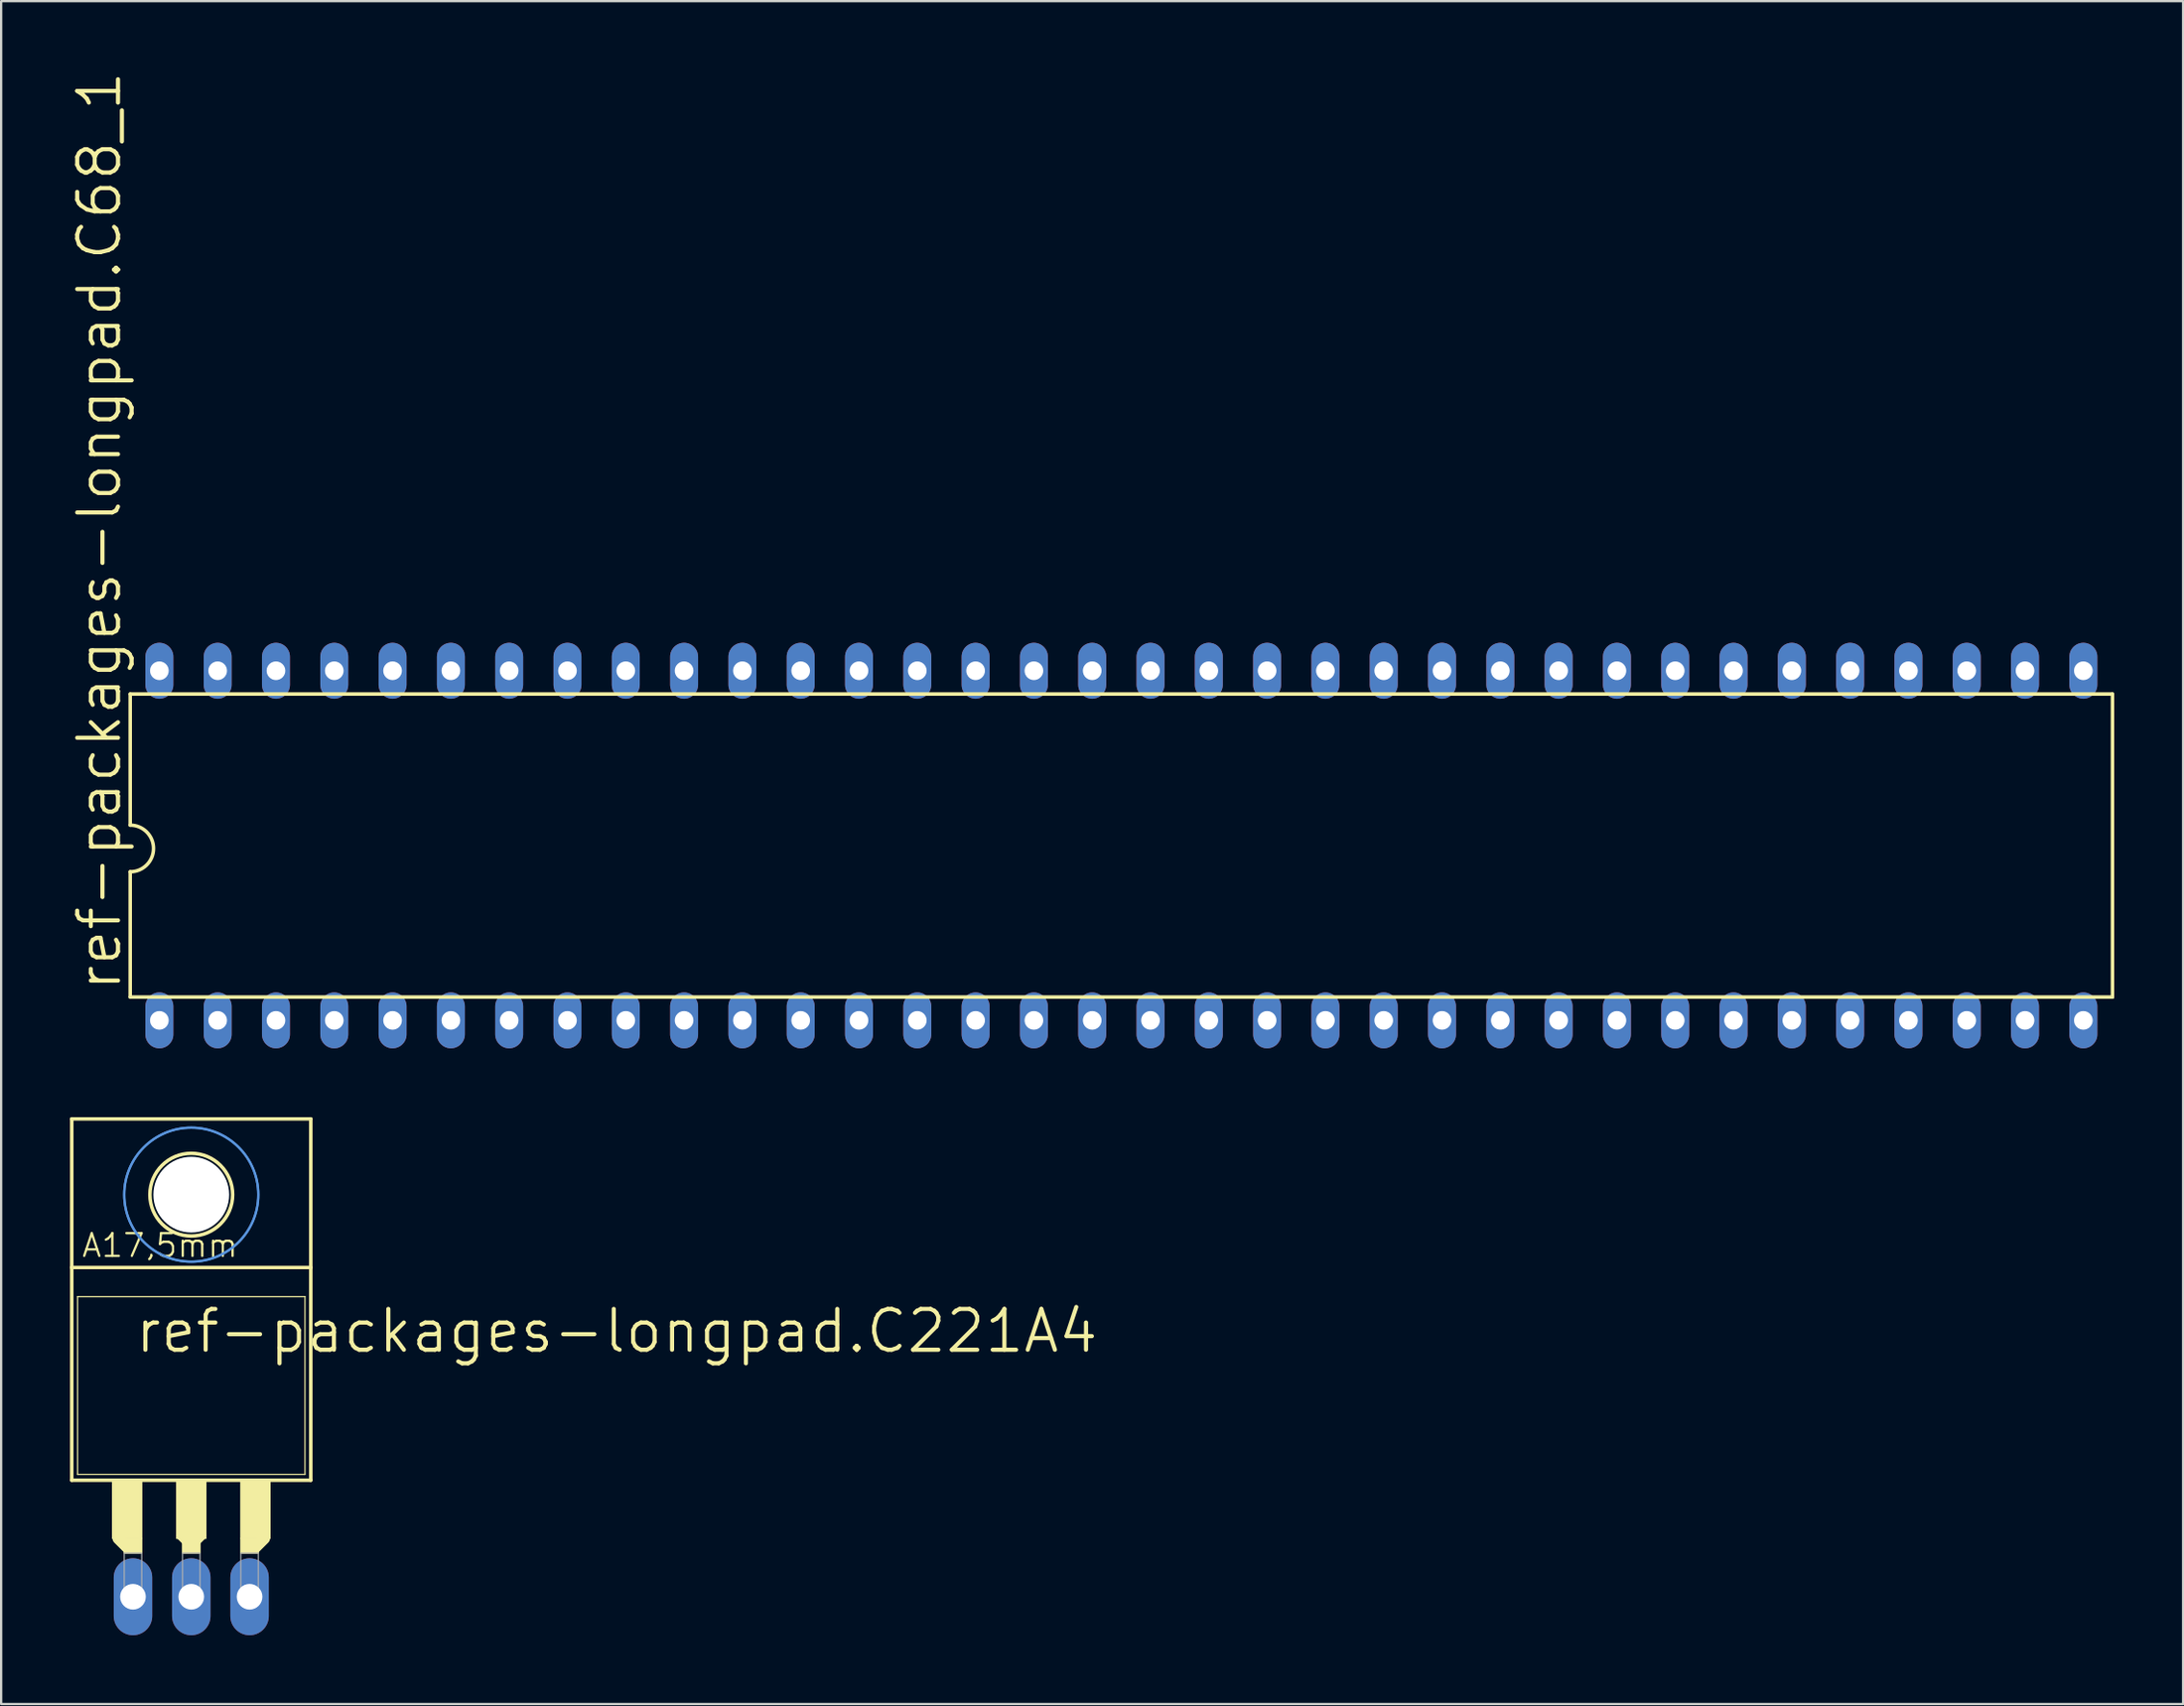
<source format=kicad_pcb>
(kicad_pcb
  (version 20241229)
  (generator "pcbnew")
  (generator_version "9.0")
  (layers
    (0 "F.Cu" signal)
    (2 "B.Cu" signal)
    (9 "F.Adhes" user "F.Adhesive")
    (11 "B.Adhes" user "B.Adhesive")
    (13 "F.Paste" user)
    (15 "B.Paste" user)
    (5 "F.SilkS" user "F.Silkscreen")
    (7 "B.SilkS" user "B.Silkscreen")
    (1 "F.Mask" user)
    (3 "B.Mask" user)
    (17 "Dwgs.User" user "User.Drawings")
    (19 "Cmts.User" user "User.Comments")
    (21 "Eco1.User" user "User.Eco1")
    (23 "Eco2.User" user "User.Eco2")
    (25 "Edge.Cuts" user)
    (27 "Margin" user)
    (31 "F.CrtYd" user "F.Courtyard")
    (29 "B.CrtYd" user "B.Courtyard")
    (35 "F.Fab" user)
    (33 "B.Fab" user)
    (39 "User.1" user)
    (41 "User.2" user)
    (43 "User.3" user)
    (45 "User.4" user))
  (footprint "ref-packages-longpad.C221A4"
    (layer "F.Cu")
    (at 5.283 60.199)
    (property "Reference" "ref-packages-longpad.C221A4" (at -2.54 -4.191 0) (layer "F.SilkS") (effects (font (size 1.778 1.778) (thickness 0.18)) (justify left bottom)))
    (attr through_hole)
    (fp_line (start -5.207 -8.001) (end -5.207 -14.478) (stroke (width 0.152) (type default)) (layer "F.SilkS"))
    (fp_line (start -5.207 1.27) (end -5.207 -8.001) (stroke (width 0.152) (type default)) (layer "F.SilkS"))
    (fp_line (start -5.207 1.27) (end 5.207 1.27) (stroke (width 0.152) (type default)) (layer "F.SilkS"))
    (fp_line (start -4.953 -6.731) (end -4.953 1.016) (stroke (width 0.051) (type default)) (layer "F.SilkS"))
    (fp_line (start -2.794 4.191) (end -3.175 3.81) (stroke (width 0.508) (type default)) (layer "F.SilkS"))
    (fp_line (start 0 4.064) (end -0.381 3.683) (stroke (width 0.508) (type default)) (layer "F.SilkS"))
    (fp_line (start 0.381 3.683) (end 0 4.064) (stroke (width 0.508) (type default)) (layer "F.SilkS"))
    (fp_line (start 3.175 3.81) (end 2.794 4.191) (stroke (width 0.508) (type default)) (layer "F.SilkS"))
    (fp_line (start 4.953 -6.731) (end -4.953 -6.731) (stroke (width 0.051) (type default)) (layer "F.SilkS"))
    (fp_line (start 4.953 -6.731) (end 4.953 1.016) (stroke (width 0.051) (type default)) (layer "F.SilkS"))
    (fp_line (start 4.953 1.016) (end -4.953 1.016) (stroke (width 0.051) (type default)) (layer "F.SilkS"))
    (fp_line (start 5.207 -14.478) (end -5.207 -14.478) (stroke (width 0.152) (type default)) (layer "F.SilkS"))
    (fp_line (start 5.207 -8.001) (end -5.207 -8.001) (stroke (width 0.152) (type default)) (layer "F.SilkS"))
    (fp_line (start 5.207 -8.001) (end 5.207 -14.478) (stroke (width 0.152) (type default)) (layer "F.SilkS"))
    (fp_line (start 5.207 1.27) (end 5.207 -8.001) (stroke (width 0.152) (type default)) (layer "F.SilkS"))
    (fp_rect (start -3.429 3.81) (end -2.159 1.27) (stroke (width 0.05) (type default)) (fill yes) (layer "F.SilkS"))
    (fp_rect (start -2.921 4.445) (end -2.159 3.81) (stroke (width 0.05) (type default)) (fill yes) (layer "F.SilkS"))
    (fp_rect (start -0.635 3.81) (end 0.635 1.27) (stroke (width 0.05) (type default)) (fill yes) (layer "F.SilkS"))
    (fp_rect (start -0.381 4.445) (end 0.381 3.81) (stroke (width 0.05) (type default)) (fill yes) (layer "F.SilkS"))
    (fp_rect (start 2.159 3.81) (end 3.429 1.27) (stroke (width 0.05) (type default)) (fill yes) (layer "F.SilkS"))
    (fp_rect (start 2.159 4.445) (end 2.921 3.81) (stroke (width 0.05) (type default)) (fill yes) (layer "F.SilkS"))
    (fp_circle (center 0 -11.176) (end 1.803 -11.176) (stroke (width 0.152) (type default)) (fill no) (layer "F.SilkS"))
    (fp_circle (center 0 -11.176) (end 2.921 -11.176) (stroke (width 0.1) (type default)) (fill no) (layer "Cmts.User"))
    (fp_circle (center 0 -11.176) (end 2.921 -11.176) (stroke (width 0.1) (type default)) (fill no) (layer "Cmts.User"))
    (fp_rect (start -2.921 6.35) (end -2.159 4.445) (stroke (width 0.05) (type default)) (fill no) (layer "F.Fab"))
    (fp_rect (start -0.381 6.35) (end 0.381 4.445) (stroke (width 0.05) (type default)) (fill no) (layer "F.Fab"))
    (fp_rect (start 2.159 6.35) (end 2.921 4.445) (stroke (width 0.05) (type default)) (fill no) (layer "F.Fab"))
    (fp_text user "A17,5mm" (at -4.826 -8.382 0) (layer "F.SilkS") (effects (font (size 0.991 0.991) (thickness 0.1)) (justify left bottom)))
    (pad "" np_thru_hole circle (at 0 -11.176) (size 3.302 3.302) (drill 3.302) (layers "*.Cu" "*.Mask"))
    (pad "A1" thru_hole oval (at -2.54 6.35 90) (size 3.353 1.676) (drill 1.118) (layers "*.Cu" "*.Mask"))
    (pad "A2" thru_hole oval (at 2.54 6.35 90) (size 3.353 1.676) (drill 1.118) (layers "*.Cu" "*.Mask"))
    (pad "C" thru_hole oval (at 0 6.35 90) (size 3.353 1.676) (drill 1.118) (layers "*.Cu" "*.Mask")))
  (footprint "ref-packages-longpad.C68_1"
    (layer "F.Cu")
    (at 45.803 33.806)
    (property "Reference" "ref-packages-longpad.C68_1" (at -43.485 6.426 90) (layer "F.SilkS") (effects (font (size 1.778 1.778) (thickness 0.18)) (justify left bottom)))
    (attr through_hole)
    (fp_line (start -43.18 -6.604) (end -43.18 -0.889) (stroke (width 0.152) (type default)) (layer "F.SilkS"))
    (fp_line (start -43.18 6.604) (end -43.18 1.143) (stroke (width 0.152) (type default)) (layer "F.SilkS"))
    (fp_line (start -43.18 6.604) (end 43.18 6.604) (stroke (width 0.152) (type default)) (layer "F.SilkS"))
    (fp_line (start 43.18 -6.604) (end -43.18 -6.604) (stroke (width 0.152) (type default)) (layer "F.SilkS"))
    (fp_line (start 43.18 -6.604) (end 43.18 6.604) (stroke (width 0.152) (type default)) (layer "F.SilkS"))
    (fp_arc (start -43.18 -0.889) (mid -42.164 0.127) (end -43.18 1.143) (stroke (width 0.1524) (type default)) (layer "F.SilkS"))
    (pad "1" thru_hole oval (at -41.91 7.62 90) (size 2.438 1.219) (drill 0.813) (layers "*.Cu" "*.Mask"))
    (pad "2" thru_hole oval (at -39.37 7.62 90) (size 2.438 1.219) (drill 0.813) (layers "*.Cu" "*.Mask"))
    (pad "3" thru_hole oval (at -36.83 7.62 90) (size 2.438 1.219) (drill 0.813) (layers "*.Cu" "*.Mask"))
    (pad "4" thru_hole oval (at -34.29 7.62 90) (size 2.438 1.219) (drill 0.813) (layers "*.Cu" "*.Mask"))
    (pad "5" thru_hole oval (at -31.75 7.62 90) (size 2.438 1.219) (drill 0.813) (layers "*.Cu" "*.Mask"))
    (pad "6" thru_hole oval (at -29.21 7.62 90) (size 2.438 1.219) (drill 0.813) (layers "*.Cu" "*.Mask"))
    (pad "7" thru_hole oval (at -26.67 7.62 90) (size 2.438 1.219) (drill 0.813) (layers "*.Cu" "*.Mask"))
    (pad "8" thru_hole oval (at -24.13 7.62 90) (size 2.438 1.219) (drill 0.813) (layers "*.Cu" "*.Mask"))
    (pad "9" thru_hole oval (at -21.59 7.62 90) (size 2.438 1.219) (drill 0.813) (layers "*.Cu" "*.Mask"))
    (pad "10" thru_hole oval (at -19.05 7.62 90) (size 2.438 1.219) (drill 0.813) (layers "*.Cu" "*.Mask"))
    (pad "11" thru_hole oval (at -16.51 7.62 90) (size 2.438 1.219) (drill 0.813) (layers "*.Cu" "*.Mask"))
    (pad "12" thru_hole oval (at -13.97 7.62 90) (size 2.438 1.219) (drill 0.813) (layers "*.Cu" "*.Mask"))
    (pad "13" thru_hole oval (at -11.43 7.62 90) (size 2.438 1.219) (drill 0.813) (layers "*.Cu" "*.Mask"))
    (pad "14" thru_hole oval (at -8.89 7.62 90) (size 2.438 1.219) (drill 0.813) (layers "*.Cu" "*.Mask"))
    (pad "15" thru_hole oval (at -6.35 7.62 90) (size 2.438 1.219) (drill 0.813) (layers "*.Cu" "*.Mask"))
    (pad "16" thru_hole oval (at -3.81 7.62 90) (size 2.438 1.219) (drill 0.813) (layers "*.Cu" "*.Mask"))
    (pad "17" thru_hole oval (at -1.27 7.62 90) (size 2.438 1.219) (drill 0.813) (layers "*.Cu" "*.Mask"))
    (pad "18" thru_hole oval (at 1.27 7.62 90) (size 2.438 1.219) (drill 0.813) (layers "*.Cu" "*.Mask"))
    (pad "19" thru_hole oval (at 3.81 7.62 90) (size 2.438 1.219) (drill 0.813) (layers "*.Cu" "*.Mask"))
    (pad "20" thru_hole oval (at 6.35 7.62 90) (size 2.438 1.219) (drill 0.813) (layers "*.Cu" "*.Mask"))
    (pad "21" thru_hole oval (at 8.89 7.62 90) (size 2.438 1.219) (drill 0.813) (layers "*.Cu" "*.Mask"))
    (pad "22" thru_hole oval (at 11.43 7.62 90) (size 2.438 1.219) (drill 0.813) (layers "*.Cu" "*.Mask"))
    (pad "23" thru_hole oval (at 13.97 7.62 90) (size 2.438 1.219) (drill 0.813) (layers "*.Cu" "*.Mask"))
    (pad "24" thru_hole oval (at 16.51 7.62 90) (size 2.438 1.219) (drill 0.813) (layers "*.Cu" "*.Mask"))
    (pad "25" thru_hole oval (at 19.05 7.62 90) (size 2.438 1.219) (drill 0.813) (layers "*.Cu" "*.Mask"))
    (pad "26" thru_hole oval (at 21.59 7.62 90) (size 2.438 1.219) (drill 0.813) (layers "*.Cu" "*.Mask"))
    (pad "27" thru_hole oval (at 24.13 7.62 90) (size 2.438 1.219) (drill 0.813) (layers "*.Cu" "*.Mask"))
    (pad "28" thru_hole oval (at 26.67 7.62 90) (size 2.438 1.219) (drill 0.813) (layers "*.Cu" "*.Mask"))
    (pad "29" thru_hole oval (at 29.21 7.62 90) (size 2.438 1.219) (drill 0.813) (layers "*.Cu" "*.Mask"))
    (pad "30" thru_hole oval (at 31.75 7.62 90) (size 2.438 1.219) (drill 0.813) (layers "*.Cu" "*.Mask"))
    (pad "31" thru_hole oval (at 34.29 7.62 90) (size 2.438 1.219) (drill 0.813) (layers "*.Cu" "*.Mask"))
    (pad "32" thru_hole oval (at 36.83 7.62 90) (size 2.438 1.219) (drill 0.813) (layers "*.Cu" "*.Mask"))
    (pad "33" thru_hole oval (at 39.37 7.62 90) (size 2.438 1.219) (drill 0.813) (layers "*.Cu" "*.Mask"))
    (pad "34" thru_hole oval (at 41.91 7.62 90) (size 2.438 1.219) (drill 0.813) (layers "*.Cu" "*.Mask"))
    (pad "35" thru_hole oval (at 41.91 -7.62 90) (size 2.438 1.219) (drill 0.813) (layers "*.Cu" "*.Mask"))
    (pad "36" thru_hole oval (at 39.37 -7.62 90) (size 2.438 1.219) (drill 0.813) (layers "*.Cu" "*.Mask"))
    (pad "37" thru_hole oval (at 36.83 -7.62 90) (size 2.438 1.219) (drill 0.813) (layers "*.Cu" "*.Mask"))
    (pad "38" thru_hole oval (at 34.29 -7.62 90) (size 2.438 1.219) (drill 0.813) (layers "*.Cu" "*.Mask"))
    (pad "39" thru_hole oval (at 31.75 -7.62 90) (size 2.438 1.219) (drill 0.813) (layers "*.Cu" "*.Mask"))
    (pad "40" thru_hole oval (at 29.21 -7.62 90) (size 2.438 1.219) (drill 0.813) (layers "*.Cu" "*.Mask"))
    (pad "41" thru_hole oval (at 26.67 -7.62 90) (size 2.438 1.219) (drill 0.813) (layers "*.Cu" "*.Mask"))
    (pad "42" thru_hole oval (at 24.13 -7.62 90) (size 2.438 1.219) (drill 0.813) (layers "*.Cu" "*.Mask"))
    (pad "43" thru_hole oval (at 21.59 -7.62 90) (size 2.438 1.219) (drill 0.813) (layers "*.Cu" "*.Mask"))
    (pad "44" thru_hole oval (at 19.05 -7.62 90) (size 2.438 1.219) (drill 0.813) (layers "*.Cu" "*.Mask"))
    (pad "45" thru_hole oval (at 16.51 -7.62 90) (size 2.438 1.219) (drill 0.813) (layers "*.Cu" "*.Mask"))
    (pad "46" thru_hole oval (at 13.97 -7.62 90) (size 2.438 1.219) (drill 0.813) (layers "*.Cu" "*.Mask"))
    (pad "47" thru_hole oval (at 11.43 -7.62 90) (size 2.438 1.219) (drill 0.813) (layers "*.Cu" "*.Mask"))
    (pad "48" thru_hole oval (at 8.89 -7.62 90) (size 2.438 1.219) (drill 0.813) (layers "*.Cu" "*.Mask"))
    (pad "49" thru_hole oval (at 6.35 -7.62 90) (size 2.438 1.219) (drill 0.813) (layers "*.Cu" "*.Mask"))
    (pad "50" thru_hole oval (at 3.81 -7.62 90) (size 2.438 1.219) (drill 0.813) (layers "*.Cu" "*.Mask"))
    (pad "51" thru_hole oval (at 1.27 -7.62 90) (size 2.438 1.219) (drill 0.813) (layers "*.Cu" "*.Mask"))
    (pad "52" thru_hole oval (at -1.27 -7.62 90) (size 2.438 1.219) (drill 0.813) (layers "*.Cu" "*.Mask"))
    (pad "53" thru_hole oval (at -3.81 -7.62 90) (size 2.438 1.219) (drill 0.813) (layers "*.Cu" "*.Mask"))
    (pad "54" thru_hole oval (at -6.35 -7.62 90) (size 2.438 1.219) (drill 0.813) (layers "*.Cu" "*.Mask"))
    (pad "55" thru_hole oval (at -8.89 -7.62 90) (size 2.438 1.219) (drill 0.813) (layers "*.Cu" "*.Mask"))
    (pad "56" thru_hole oval (at -11.43 -7.62 90) (size 2.438 1.219) (drill 0.813) (layers "*.Cu" "*.Mask"))
    (pad "57" thru_hole oval (at -13.97 -7.62 90) (size 2.438 1.219) (drill 0.813) (layers "*.Cu" "*.Mask"))
    (pad "58" thru_hole oval (at -16.51 -7.62 90) (size 2.438 1.219) (drill 0.813) (layers "*.Cu" "*.Mask"))
    (pad "59" thru_hole oval (at -19.05 -7.62 90) (size 2.438 1.219) (drill 0.813) (layers "*.Cu" "*.Mask"))
    (pad "60" thru_hole oval (at -21.59 -7.62 90) (size 2.438 1.219) (drill 0.813) (layers "*.Cu" "*.Mask"))
    (pad "61" thru_hole oval (at -24.13 -7.62 90) (size 2.438 1.219) (drill 0.813) (layers "*.Cu" "*.Mask"))
    (pad "62" thru_hole oval (at -26.67 -7.62 90) (size 2.438 1.219) (drill 0.813) (layers "*.Cu" "*.Mask"))
    (pad "63" thru_hole oval (at -29.21 -7.62 90) (size 2.438 1.219) (drill 0.813) (layers "*.Cu" "*.Mask"))
    (pad "64" thru_hole oval (at -31.75 -7.62 90) (size 2.438 1.219) (drill 0.813) (layers "*.Cu" "*.Mask"))
    (pad "65" thru_hole oval (at -34.29 -7.62 90) (size 2.438 1.219) (drill 0.813) (layers "*.Cu" "*.Mask"))
    (pad "66" thru_hole oval (at -36.83 -7.62 90) (size 2.438 1.219) (drill 0.813) (layers "*.Cu" "*.Mask"))
    (pad "67" thru_hole oval (at -39.37 -7.62 90) (size 2.438 1.219) (drill 0.813) (layers "*.Cu" "*.Mask"))
    (pad "68" thru_hole oval (at -41.91 -7.62 90) (size 2.438 1.219) (drill 0.813) (layers "*.Cu" "*.Mask")))
  (gr_rect
    (start -3 -3)
    (end 92.059 71.225)
    (stroke (width 0.1) (type default))
    (fill no)
    (layer "Edge.Cuts")))
</source>
